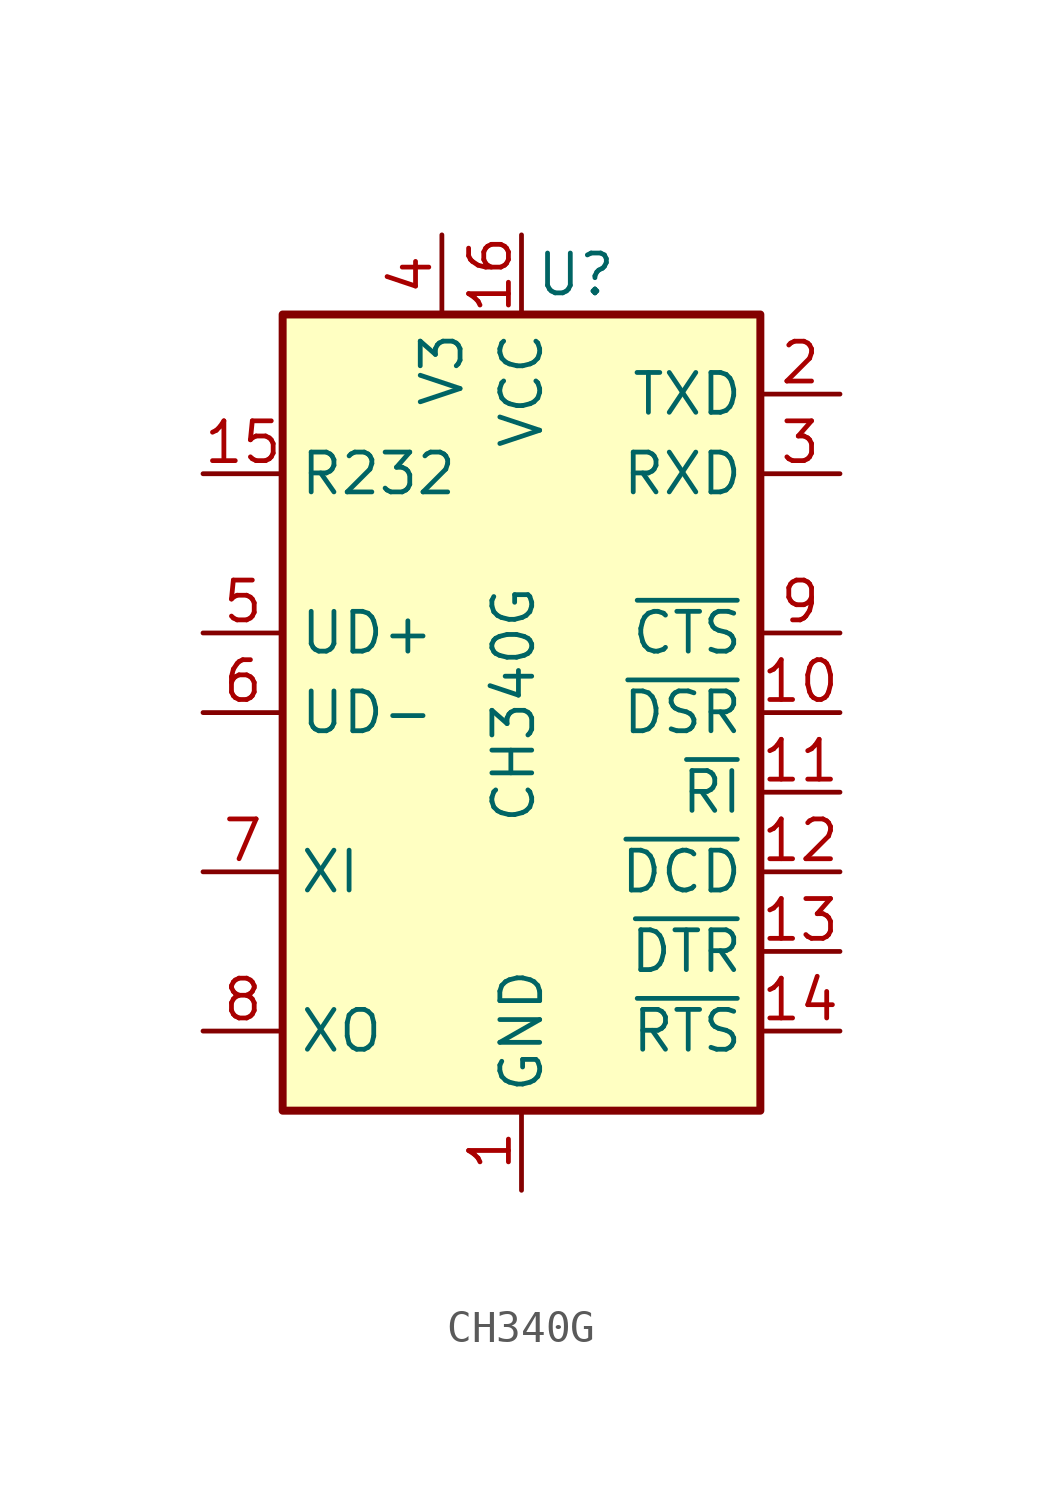
<source format=kicad_sym>
(kicad_symbol_lib
  (version 20220914)
  (generator kicad_symbol_editor)
  (symbol "CH340G"
    (property "Reference" "U"
      (at 3.048 13.97 0)
      (effects (font (size 1.27 1.27)) (justify right)))
    (property "Value" "CH340G"
      (at -0.254 0.254 90)
      (effects (font (size 1.27 1.27))))
    (symbol "CH340G_0_1"
      (rectangle (start -7.62 12.7) (end 7.62 -12.7) (stroke (width 0.254) (type default)) (fill (type background))))
    (symbol "CH340G_1_1"
      (pin power_in line (at 0 -15.24 90) (length 2.54) (name "GND" (effects (font (size 1.27 1.27)))) (number "1" (effects (font (size 1.27 1.27)))))
      (pin input line (at 10.16 0 180) (length 2.54) (name "~{DSR}" (effects (font (size 1.27 1.27)))) (number "10" (effects (font (size 1.27 1.27)))))
      (pin input line (at 10.16 -2.54 180) (length 2.54) (name "~{RI}" (effects (font (size 1.27 1.27)))) (number "11" (effects (font (size 1.27 1.27)))))
      (pin input line (at 10.16 -5.08 180) (length 2.54) (name "~{DCD}" (effects (font (size 1.27 1.27)))) (number "12" (effects (font (size 1.27 1.27)))))
      (pin output line (at 10.16 -7.62 180) (length 2.54) (name "~{DTR}" (effects (font (size 1.27 1.27)))) (number "13" (effects (font (size 1.27 1.27)))))
      (pin output line (at 10.16 -10.16 180) (length 2.54) (name "~{RTS}" (effects (font (size 1.27 1.27)))) (number "14" (effects (font (size 1.27 1.27)))))
      (pin input line (at -10.16 7.62 0) (length 2.54) (name "R232" (effects (font (size 1.27 1.27)))) (number "15" (effects (font (size 1.27 1.27)))))
      (pin power_in line (at 0 15.24 270) (length 2.54) (name "VCC" (effects (font (size 1.27 1.27)))) (number "16" (effects (font (size 1.27 1.27)))))
      (pin output line (at 10.16 10.16 180) (length 2.54) (name "TXD" (effects (font (size 1.27 1.27)))) (number "2" (effects (font (size 1.27 1.27)))))
      (pin input line (at 10.16 7.62 180) (length 2.54) (name "RXD" (effects (font (size 1.27 1.27)))) (number "3" (effects (font (size 1.27 1.27)))))
      (pin passive line (at -2.54 15.24 270) (length 2.54) (name "V3" (effects (font (size 1.27 1.27)))) (number "4" (effects (font (size 1.27 1.27)))))
      (pin bidirectional line (at -10.16 2.54 0) (length 2.54) (name "UD+" (effects (font (size 1.27 1.27)))) (number "5" (effects (font (size 1.27 1.27)))))
      (pin bidirectional line (at -10.16 0 0) (length 2.54) (name "UD-" (effects (font (size 1.27 1.27)))) (number "6" (effects (font (size 1.27 1.27)))))
      (pin input line (at -10.16 -5.08 0) (length 2.54) (name "XI" (effects (font (size 1.27 1.27)))) (number "7" (effects (font (size 1.27 1.27)))))
      (pin output line (at -10.16 -10.16 0) (length 2.54) (name "XO" (effects (font (size 1.27 1.27)))) (number "8" (effects (font (size 1.27 1.27)))))
      (pin input line (at 10.16 2.54 180) (length 2.54) (name "~{CTS}" (effects (font (size 1.27 1.27)))) (number "9" (effects (font (size 1.27 1.27))))))))
</source>
